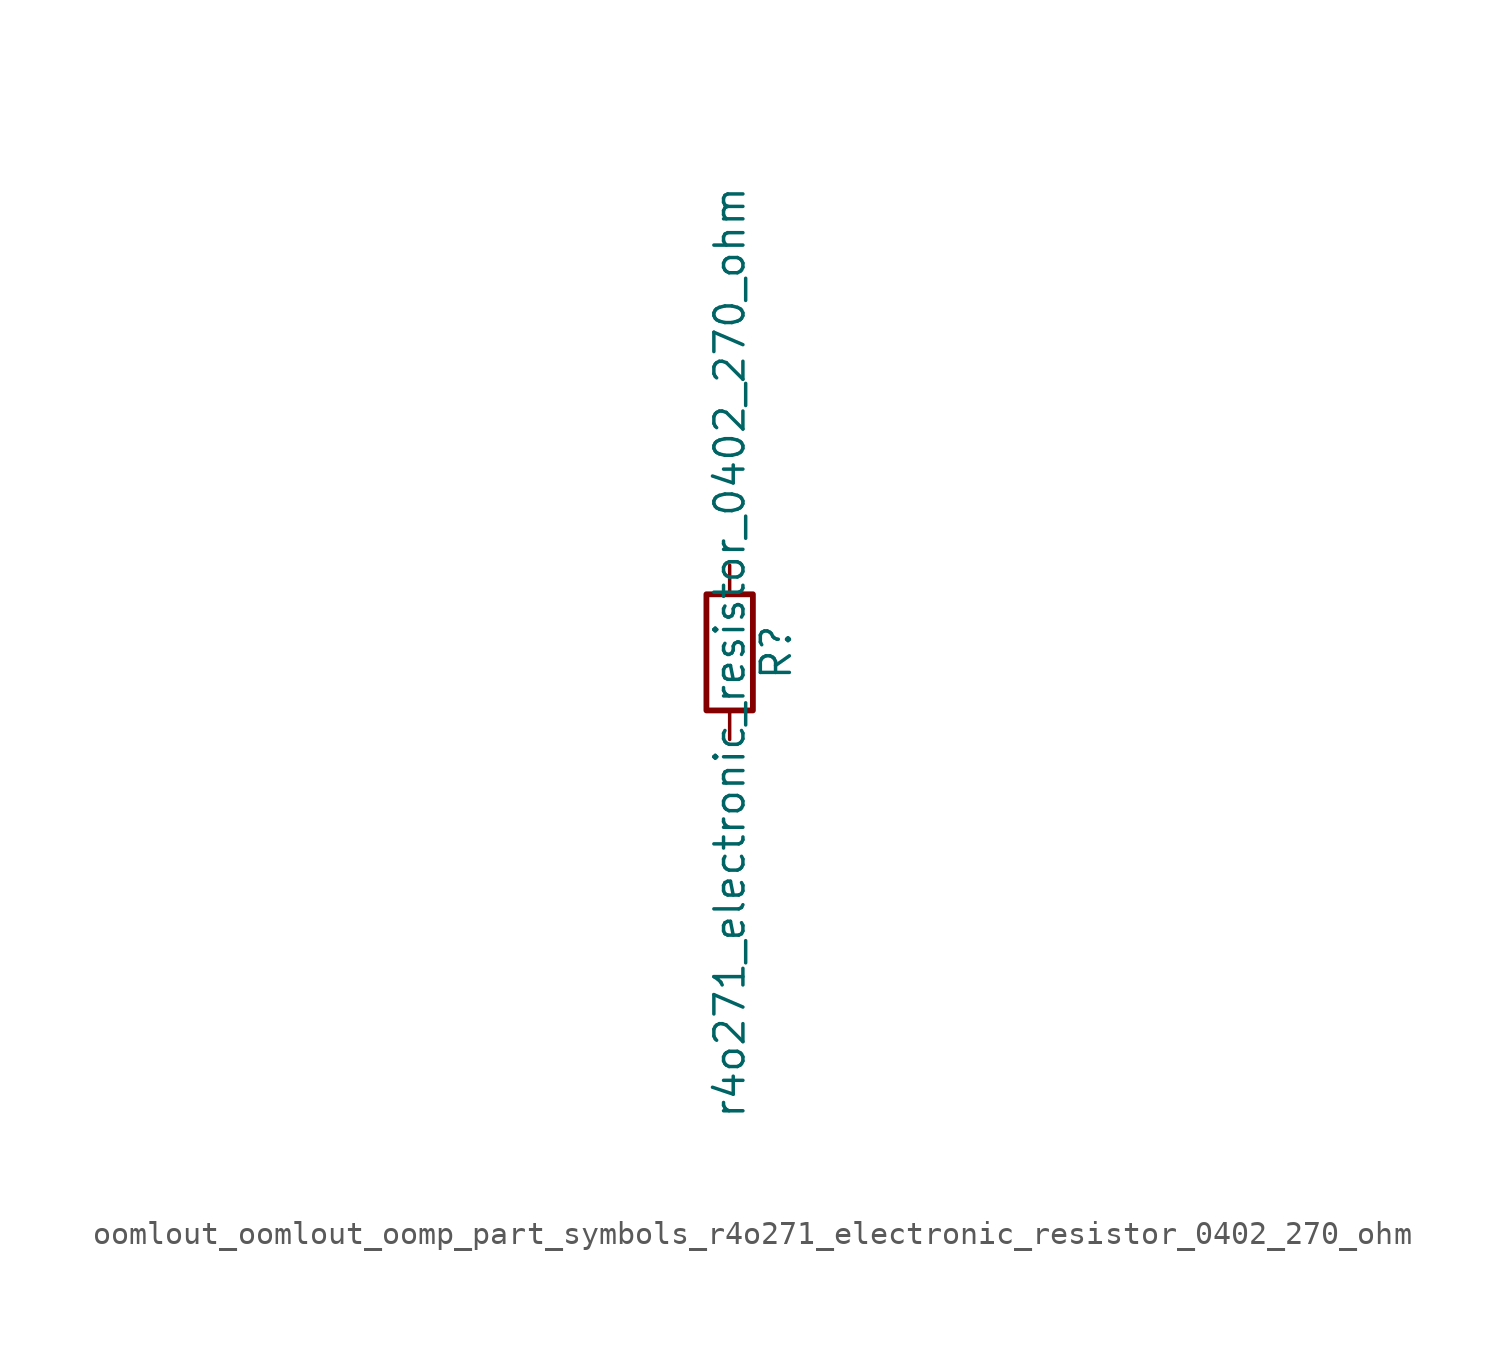
<source format=kicad_sym>
(kicad_symbol_lib
  (version 20220914)
  (generator kicad_symbol_editor)
  (symbol "oomlout_oomlout_oomp_part_symbols_r4o271_electronic_resistor_0402_270_ohm"
    (pin_numbers hide)
    (pin_names
      (offset 0))
    (property "Reference" "R"
      (at 2.032 0 90)
      (effects (font (size 1.27 1.27))))
    (property "Value" "r4o271_electronic_resistor_0402_270_ohm"
      (at 0 0 90)
      (effects (font (size 1.27 1.27))))
    (symbol "oomlout_oomlout_oomp_part_symbols_r4o271_electronic_resistor_0402_270_ohm_0_1"
      (rectangle (start -1.016 -2.54) (end 1.016 2.54) (stroke (width 0.254) (type default)) (fill (type none))))
    (symbol "oomlout_oomlout_oomp_part_symbols_r4o271_electronic_resistor_0402_270_ohm_1_1"
      (pin passive line (at 0 3.81 270) (length 1.27) (name "~" (effects (font (size 1.27 1.27)))) (number "1" (effects (font (size 1.27 1.27)))))
      (pin passive line (at 0 -3.81 90) (length 1.27) (name "~" (effects (font (size 1.27 1.27)))) (number "2" (effects (font (size 1.27 1.27))))))))
</source>
